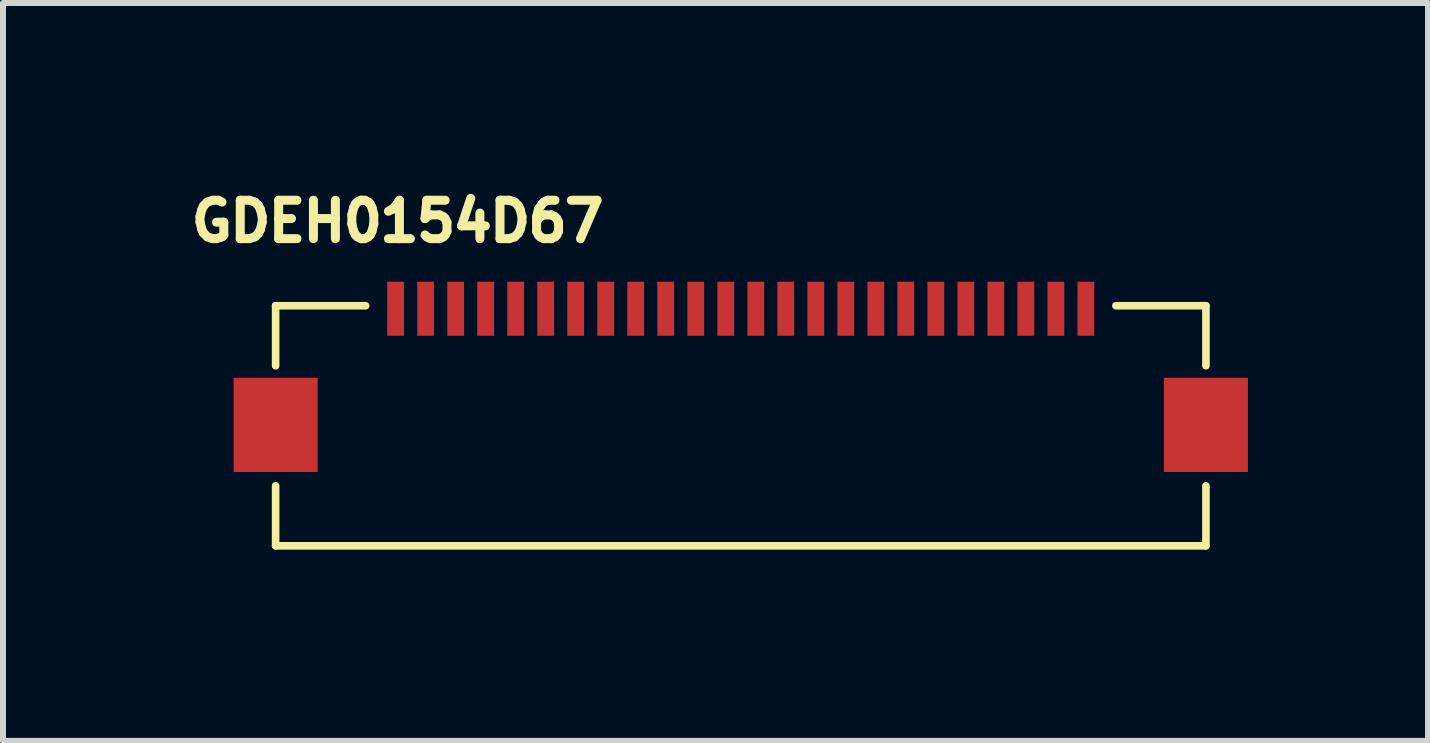
<source format=kicad_pcb>
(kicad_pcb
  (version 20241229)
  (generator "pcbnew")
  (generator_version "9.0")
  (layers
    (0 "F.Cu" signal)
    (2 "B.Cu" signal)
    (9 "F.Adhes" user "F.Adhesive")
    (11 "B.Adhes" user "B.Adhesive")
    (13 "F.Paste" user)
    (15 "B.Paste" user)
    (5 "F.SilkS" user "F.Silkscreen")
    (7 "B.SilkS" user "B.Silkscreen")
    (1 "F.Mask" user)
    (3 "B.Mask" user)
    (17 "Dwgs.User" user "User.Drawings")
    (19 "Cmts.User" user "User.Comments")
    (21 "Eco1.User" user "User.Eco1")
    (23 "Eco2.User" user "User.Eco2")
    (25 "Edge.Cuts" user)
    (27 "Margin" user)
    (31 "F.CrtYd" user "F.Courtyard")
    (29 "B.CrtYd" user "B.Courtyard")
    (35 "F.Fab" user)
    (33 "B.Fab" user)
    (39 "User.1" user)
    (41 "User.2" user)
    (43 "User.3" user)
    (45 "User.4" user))
  (footprint "GDEH0154D67"
    (layer "F.Cu")
    (at 1.542 6.044)
    (property "Reference" "GDEH0154D67" (at 2.032 -5.406 0) (layer "F.SilkS") (effects (font (size 0.64 0.64) (thickness 0.15))))
    (attr smd)
    (fp_line (start 0 -4) (end 1.5 -4) (stroke (width 0.127) (type solid)) (layer "F.SilkS"))
    (fp_line (start 0 -3) (end 0 -4) (stroke (width 0.127) (type solid)) (layer "F.SilkS"))
    (fp_line (start 0 0) (end 0 -1) (stroke (width 0.127) (type solid)) (layer "F.SilkS"))
    (fp_line (start 15.5 -4) (end 14 -4) (stroke (width 0.127) (type solid)) (layer "F.SilkS"))
    (fp_line (start 15.5 -4) (end 15.5 -3) (stroke (width 0.127) (type solid)) (layer "F.SilkS"))
    (fp_line (start 15.5 0) (end 0 0) (stroke (width 0.127) (type solid)) (layer "F.SilkS"))
    (fp_line (start 15.5 0) (end 15.5 -1) (stroke (width 0.127) (type solid)) (layer "F.SilkS"))
    (pad "BS1" smd rect (at 10 -3.95 270) (size 0.9 0.28) (layers "F.Cu" "F.Mask" "F.Paste"))
    (pad "BUSY" smd rect (at 9.5 -3.95 270) (size 0.9 0.28) (layers "F.Cu" "F.Mask" "F.Paste"))
    (pad "CS" smd rect (at 8 -3.95 270) (size 0.9 0.28) (layers "F.Cu" "F.Mask" "F.Paste"))
    (pad "D/C" smd rect (at 8.5 -3.95 270) (size 0.9 0.28) (layers "F.Cu" "F.Mask" "F.Paste"))
    (pad "GDR" smd rect (at 13 -3.95 270) (size 0.9 0.28) (layers "F.Cu" "F.Mask" "F.Paste"))
    (pad "GND1" smd rect (at 0 -2.015 270) (size 1.57 1.4) (layers "F.Cu" "F.Mask" "F.Paste"))
    (pad "GND2" smd rect (at 15.5 -2.015 270) (size 1.57 1.4) (layers "F.Cu" "F.Mask" "F.Paste"))
    (pad "NC1" smd rect (at 13.5 -3.95 270) (size 0.9 0.28) (layers "F.Cu" "F.Mask" "F.Paste"))
    (pad "NC2" smd rect (at 12 -3.95 270) (size 0.9 0.28) (layers "F.Cu" "F.Mask" "F.Paste"))
    (pad "RES" smd rect (at 9 -3.95 270) (size 0.9 0.28) (layers "F.Cu" "F.Mask" "F.Paste"))
    (pad "RESE" smd rect (at 12.5 -3.95 270) (size 0.9 0.28) (layers "F.Cu" "F.Mask" "F.Paste"))
    (pad "SCL" smd rect (at 7.5 -3.95 270) (size 0.9 0.28) (layers "F.Cu" "F.Mask" "F.Paste"))
    (pad "SDA" smd rect (at 7 -3.95 270) (size 0.9 0.28) (layers "F.Cu" "F.Mask" "F.Paste"))
    (pad "TSCL" smd rect (at 11 -3.95 270) (size 0.9 0.28) (layers "F.Cu" "F.Mask" "F.Paste"))
    (pad "TSDA" smd rect (at 10.5 -3.95 270) (size 0.9 0.28) (layers "F.Cu" "F.Mask" "F.Paste"))
    (pad "VCI" smd rect (at 6 -3.95 270) (size 0.9 0.28) (layers "F.Cu" "F.Mask" "F.Paste"))
    (pad "VCOM" smd rect (at 2 -3.95 270) (size 0.9 0.28) (layers "F.Cu" "F.Mask" "F.Paste"))
    (pad "VDD" smd rect (at 5 -3.95 270) (size 0.9 0.28) (layers "F.Cu" "F.Mask" "F.Paste"))
    (pad "VDDIO" smd rect (at 6.5 -3.95 270) (size 0.9 0.28) (layers "F.Cu" "F.Mask" "F.Paste"))
    (pad "VGH" smd rect (at 3.5 -3.95 270) (size 0.9 0.28) (layers "F.Cu" "F.Mask" "F.Paste"))
    (pad "VGL" smd rect (at 2.5 -3.95 270) (size 0.9 0.28) (layers "F.Cu" "F.Mask" "F.Paste"))
    (pad "VPP" smd rect (at 4.5 -3.95 270) (size 0.9 0.28) (layers "F.Cu" "F.Mask" "F.Paste"))
    (pad "VSH1" smd rect (at 4 -3.95 270) (size 0.9 0.28) (layers "F.Cu" "F.Mask" "F.Paste"))
    (pad "VSH2" smd rect (at 11.5 -3.95 270) (size 0.9 0.28) (layers "F.Cu" "F.Mask" "F.Paste"))
    (pad "VSL" smd rect (at 3 -3.95 270) (size 0.9 0.28) (layers "F.Cu" "F.Mask" "F.Paste"))
    (pad "VSS" smd rect (at 5.5 -3.95 270) (size 0.9 0.28) (layers "F.Cu" "F.Mask" "F.Paste")))
  (gr_rect
    (start -3 -3)
    (end 20.742 9.294)
    (stroke (width 0.1) (type default))
    (fill no)
    (layer "Edge.Cuts")))
</source>
